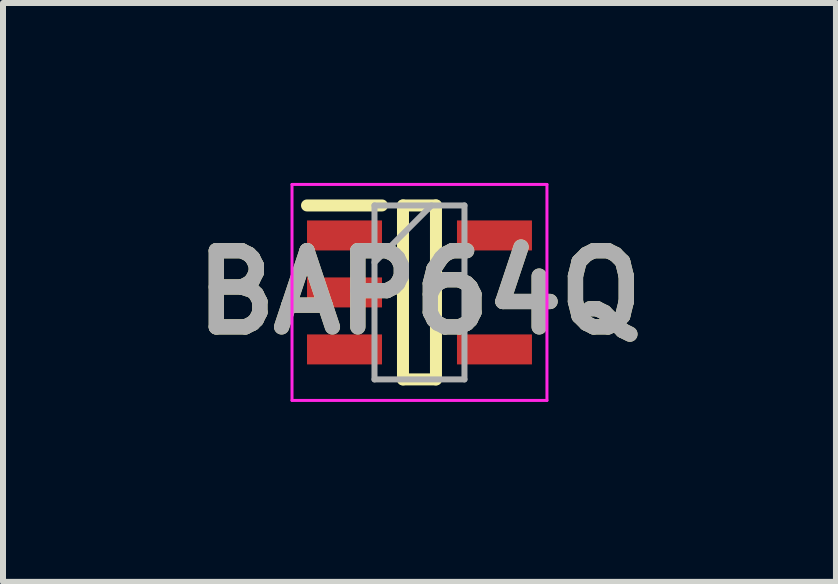
<source format=kicad_pcb>
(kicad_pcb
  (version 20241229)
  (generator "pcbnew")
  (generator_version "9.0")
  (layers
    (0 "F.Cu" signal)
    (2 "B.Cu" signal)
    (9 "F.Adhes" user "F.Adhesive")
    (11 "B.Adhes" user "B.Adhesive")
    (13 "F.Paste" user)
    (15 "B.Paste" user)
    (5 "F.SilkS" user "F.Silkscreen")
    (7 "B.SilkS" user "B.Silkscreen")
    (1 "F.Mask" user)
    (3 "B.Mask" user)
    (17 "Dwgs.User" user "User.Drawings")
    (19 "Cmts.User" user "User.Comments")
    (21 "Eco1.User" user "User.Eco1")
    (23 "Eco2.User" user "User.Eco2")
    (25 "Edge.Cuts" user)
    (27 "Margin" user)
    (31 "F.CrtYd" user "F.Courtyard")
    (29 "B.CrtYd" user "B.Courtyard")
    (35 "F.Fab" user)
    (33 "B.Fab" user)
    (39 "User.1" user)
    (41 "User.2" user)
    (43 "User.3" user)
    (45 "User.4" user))
  (footprint "BAP64Q"
    (layer "F.Cu")
    (at 3.943 1.825)
    (property "Reference" "BAP64Q" (at 0 0 0) (layer "F.SilkS") (effects (font (size 1.27 1.27) (thickness 0.254))))
    (attr smd)
    (fp_line (start -1.875 -1.45) (end -0.625 -1.45) (stroke (width 0.2) (type solid)) (layer "F.SilkS"))
    (fp_line (start -0.275 -1.45) (end 0.275 -1.45) (stroke (width 0.2) (type solid)) (layer "F.SilkS"))
    (fp_line (start -0.275 1.45) (end -0.275 -1.45) (stroke (width 0.2) (type solid)) (layer "F.SilkS"))
    (fp_line (start 0.275 -1.45) (end 0.275 1.45) (stroke (width 0.2) (type solid)) (layer "F.SilkS"))
    (fp_line (start 0.275 1.45) (end -0.275 1.45) (stroke (width 0.2) (type solid)) (layer "F.SilkS"))
    (fp_line (start -2.125 -1.8) (end 2.125 -1.8) (stroke (width 0.05) (type solid)) (layer "F.CrtYd"))
    (fp_line (start -2.125 1.8) (end -2.125 -1.8) (stroke (width 0.05) (type solid)) (layer "F.CrtYd"))
    (fp_line (start 2.125 -1.8) (end 2.125 1.8) (stroke (width 0.05) (type solid)) (layer "F.CrtYd"))
    (fp_line (start 2.125 1.8) (end -2.125 1.8) (stroke (width 0.05) (type solid)) (layer "F.CrtYd"))
    (fp_line (start -0.75 -1.45) (end 0.75 -1.45) (stroke (width 0.1) (type solid)) (layer "F.Fab"))
    (fp_line (start -0.75 -0.5) (end 0.2 -1.45) (stroke (width 0.1) (type solid)) (layer "F.Fab"))
    (fp_line (start -0.75 1.45) (end -0.75 -1.45) (stroke (width 0.1) (type solid)) (layer "F.Fab"))
    (fp_line (start 0.75 -1.45) (end 0.75 1.45) (stroke (width 0.1) (type solid)) (layer "F.Fab"))
    (fp_line (start 0.75 1.45) (end -0.75 1.45) (stroke (width 0.1) (type solid)) (layer "F.Fab"))
    (fp_text user "${REFERENCE}" (at 0 0 0) (layer "F.Fab") (effects (font (size 1.27 1.27) (thickness 0.254))))
    (pad "1" smd rect (at -1.25 -0.95 90) (size 0.5 1.25) (layers "F.Cu" "F.Mask" "F.Paste"))
    (pad "2" smd rect (at -1.25 0 90) (size 0.5 1.25) (layers "F.Cu" "F.Mask" "F.Paste"))
    (pad "3" smd rect (at -1.25 0.95 90) (size 0.5 1.25) (layers "F.Cu" "F.Mask" "F.Paste"))
    (pad "4" smd rect (at 1.25 0.95 90) (size 0.5 1.25) (layers "F.Cu" "F.Mask" "F.Paste"))
    (pad "5" smd rect (at 1.25 -0.95 90) (size 0.5 1.25) (layers "F.Cu" "F.Mask" "F.Paste")))
  (gr_rect
    (start -3 -3)
    (end 10.886 6.65)
    (stroke (width 0.1) (type default))
    (fill no)
    (layer "Edge.Cuts")))
</source>
